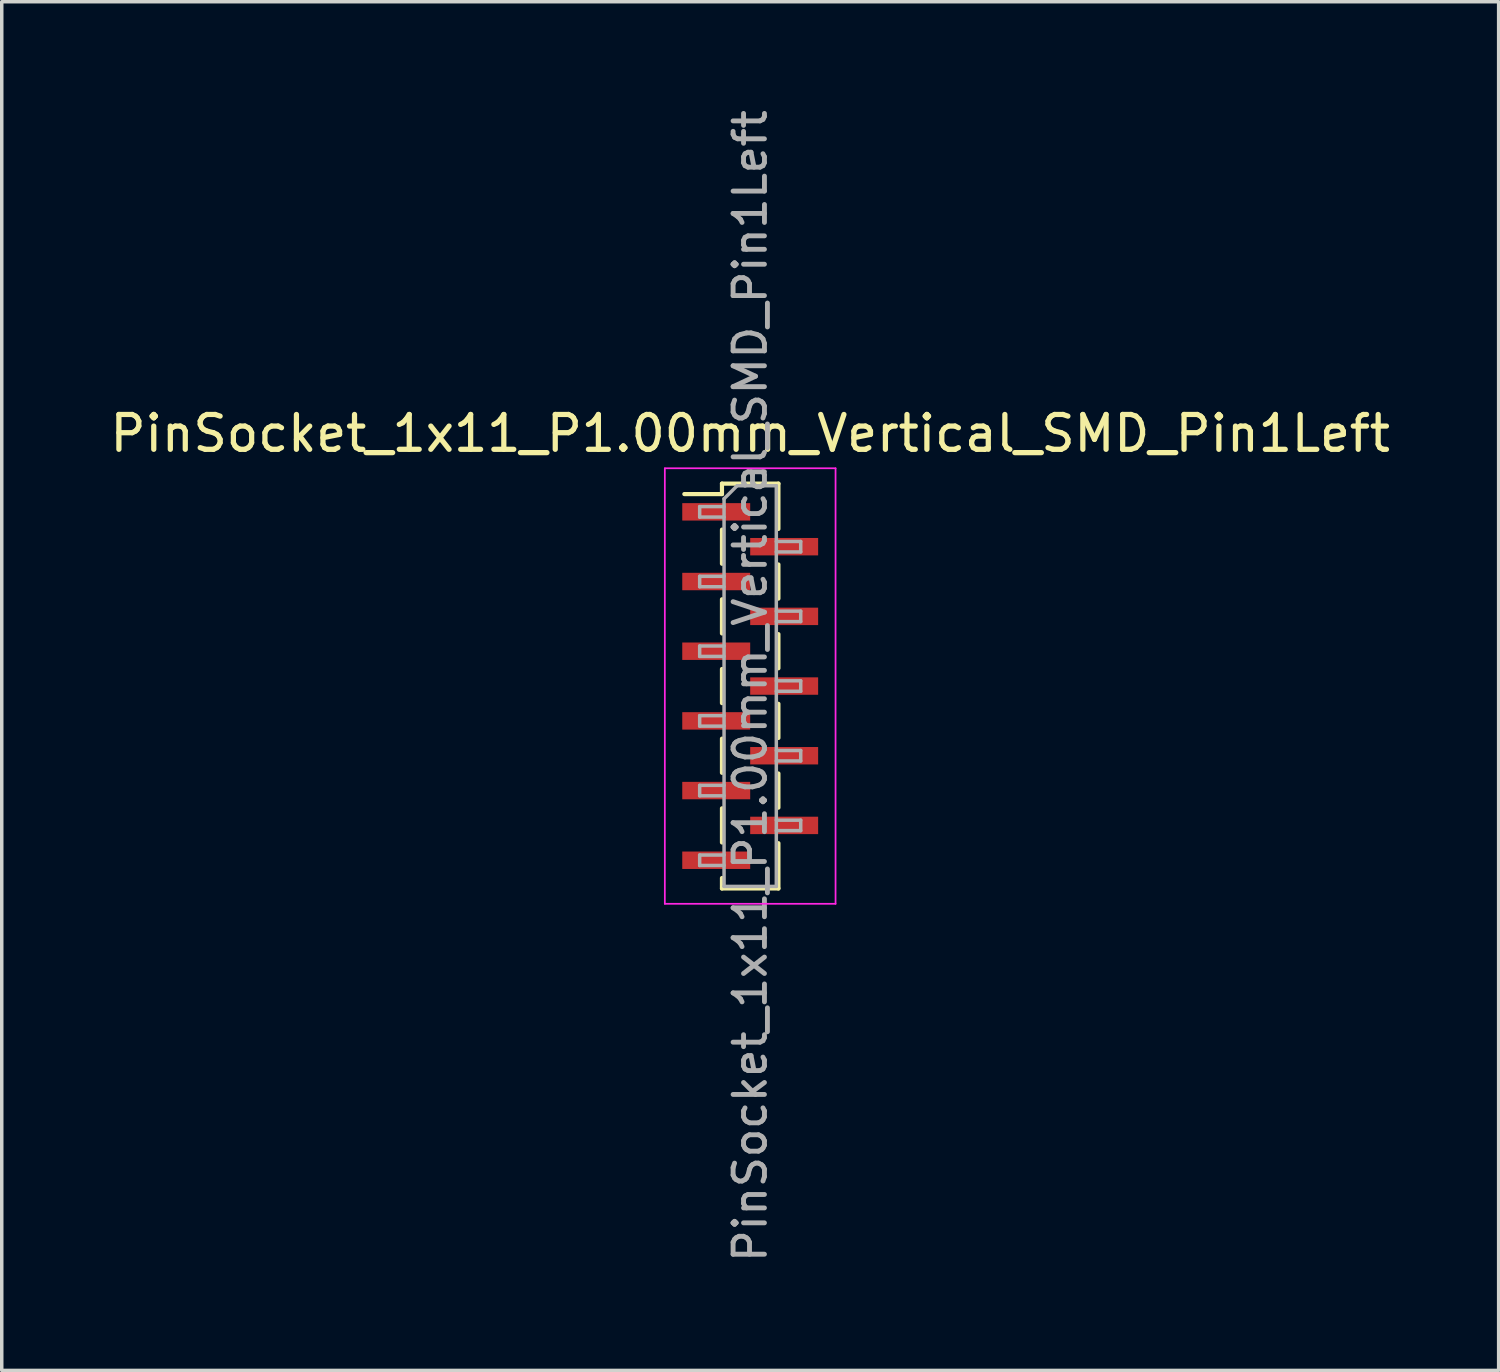
<source format=kicad_pcb>
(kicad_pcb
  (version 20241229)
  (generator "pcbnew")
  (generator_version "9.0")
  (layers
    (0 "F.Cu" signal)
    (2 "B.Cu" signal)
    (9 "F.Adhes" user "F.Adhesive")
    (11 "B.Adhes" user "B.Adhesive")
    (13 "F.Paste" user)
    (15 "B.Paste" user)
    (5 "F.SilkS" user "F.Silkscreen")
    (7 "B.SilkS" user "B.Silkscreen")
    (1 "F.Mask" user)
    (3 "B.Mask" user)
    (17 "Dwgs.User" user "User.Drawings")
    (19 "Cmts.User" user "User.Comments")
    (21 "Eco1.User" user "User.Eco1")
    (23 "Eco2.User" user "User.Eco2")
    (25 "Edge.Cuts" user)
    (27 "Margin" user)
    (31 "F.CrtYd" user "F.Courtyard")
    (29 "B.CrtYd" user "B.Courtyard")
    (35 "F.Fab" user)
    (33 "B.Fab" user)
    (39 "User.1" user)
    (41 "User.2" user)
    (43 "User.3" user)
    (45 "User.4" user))
  (footprint "PinSocket_1x11_P1.00mm_Vertical_SMD_Pin1Left"
    (layer "F.Cu")
    (at 18.482 16.641)
    (property "Reference" "PinSocket_1x11_P1.00mm_Vertical_SMD_Pin1Left" (at 0 -7.25 0) (layer "F.SilkS") (effects (font (size 1 1) (thickness 0.15))))
    (attr smd)
    (fp_line (start -1.89 -5.51) (end -0.81 -5.51) (stroke (width 0.12) (type solid)) (layer "F.SilkS"))
    (fp_line (start -0.81 -5.81) (end -0.81 -5.51) (stroke (width 0.12) (type solid)) (layer "F.SilkS"))
    (fp_line (start -0.81 -5.81) (end 0.81 -5.81) (stroke (width 0.12) (type solid)) (layer "F.SilkS"))
    (fp_line (start -0.81 -4.49) (end -0.81 -3.51) (stroke (width 0.12) (type solid)) (layer "F.SilkS"))
    (fp_line (start -0.81 -2.49) (end -0.81 -1.51) (stroke (width 0.12) (type solid)) (layer "F.SilkS"))
    (fp_line (start -0.81 -0.49) (end -0.81 0.49) (stroke (width 0.12) (type solid)) (layer "F.SilkS"))
    (fp_line (start -0.81 1.51) (end -0.81 2.49) (stroke (width 0.12) (type solid)) (layer "F.SilkS"))
    (fp_line (start -0.81 3.51) (end -0.81 4.49) (stroke (width 0.12) (type solid)) (layer "F.SilkS"))
    (fp_line (start -0.81 5.51) (end -0.81 5.81) (stroke (width 0.12) (type solid)) (layer "F.SilkS"))
    (fp_line (start -0.81 5.81) (end 0.81 5.81) (stroke (width 0.12) (type solid)) (layer "F.SilkS"))
    (fp_line (start 0.81 -5.81) (end 0.81 -4.51) (stroke (width 0.12) (type solid)) (layer "F.SilkS"))
    (fp_line (start 0.81 -3.49) (end 0.81 -2.51) (stroke (width 0.12) (type solid)) (layer "F.SilkS"))
    (fp_line (start 0.81 -1.49) (end 0.81 -0.51) (stroke (width 0.12) (type solid)) (layer "F.SilkS"))
    (fp_line (start 0.81 0.51) (end 0.81 1.49) (stroke (width 0.12) (type solid)) (layer "F.SilkS"))
    (fp_line (start 0.81 2.51) (end 0.81 3.49) (stroke (width 0.12) (type solid)) (layer "F.SilkS"))
    (fp_line (start 0.81 4.51) (end 0.81 5.81) (stroke (width 0.12) (type solid)) (layer "F.SilkS"))
    (fp_line (start -2.45 -6.25) (end 2.45 -6.25) (stroke (width 0.05) (type solid)) (layer "F.CrtYd"))
    (fp_line (start -2.45 6.25) (end -2.45 -6.25) (stroke (width 0.05) (type solid)) (layer "F.CrtYd"))
    (fp_line (start 2.45 -6.25) (end 2.45 6.25) (stroke (width 0.05) (type solid)) (layer "F.CrtYd"))
    (fp_line (start 2.45 6.25) (end -2.45 6.25) (stroke (width 0.05) (type solid)) (layer "F.CrtYd"))
    (fp_line (start -1.45 -5.15) (end -0.75 -5.15) (stroke (width 0.1) (type solid)) (layer "F.Fab"))
    (fp_line (start -1.45 -4.85) (end -1.45 -5.15) (stroke (width 0.1) (type solid)) (layer "F.Fab"))
    (fp_line (start -1.45 -3.15) (end -0.75 -3.15) (stroke (width 0.1) (type solid)) (layer "F.Fab"))
    (fp_line (start -1.45 -2.85) (end -1.45 -3.15) (stroke (width 0.1) (type solid)) (layer "F.Fab"))
    (fp_line (start -1.45 -1.15) (end -0.75 -1.15) (stroke (width 0.1) (type solid)) (layer "F.Fab"))
    (fp_line (start -1.45 -0.85) (end -1.45 -1.15) (stroke (width 0.1) (type solid)) (layer "F.Fab"))
    (fp_line (start -1.45 0.85) (end -0.75 0.85) (stroke (width 0.1) (type solid)) (layer "F.Fab"))
    (fp_line (start -1.45 1.15) (end -1.45 0.85) (stroke (width 0.1) (type solid)) (layer "F.Fab"))
    (fp_line (start -1.45 2.85) (end -0.75 2.85) (stroke (width 0.1) (type solid)) (layer "F.Fab"))
    (fp_line (start -1.45 3.15) (end -1.45 2.85) (stroke (width 0.1) (type solid)) (layer "F.Fab"))
    (fp_line (start -1.45 4.85) (end -0.75 4.85) (stroke (width 0.1) (type solid)) (layer "F.Fab"))
    (fp_line (start -1.45 5.15) (end -1.45 4.85) (stroke (width 0.1) (type solid)) (layer "F.Fab"))
    (fp_line (start -0.75 -5.375) (end -0.375 -5.75) (stroke (width 0.1) (type solid)) (layer "F.Fab"))
    (fp_line (start -0.75 -4.85) (end -1.45 -4.85) (stroke (width 0.1) (type solid)) (layer "F.Fab"))
    (fp_line (start -0.75 -2.85) (end -1.45 -2.85) (stroke (width 0.1) (type solid)) (layer "F.Fab"))
    (fp_line (start -0.75 -0.85) (end -1.45 -0.85) (stroke (width 0.1) (type solid)) (layer "F.Fab"))
    (fp_line (start -0.75 1.15) (end -1.45 1.15) (stroke (width 0.1) (type solid)) (layer "F.Fab"))
    (fp_line (start -0.75 3.15) (end -1.45 3.15) (stroke (width 0.1) (type solid)) (layer "F.Fab"))
    (fp_line (start -0.75 5.15) (end -1.45 5.15) (stroke (width 0.1) (type solid)) (layer "F.Fab"))
    (fp_line (start -0.75 5.75) (end -0.75 -5.375) (stroke (width 0.1) (type solid)) (layer "F.Fab"))
    (fp_line (start -0.375 -5.75) (end 0.75 -5.75) (stroke (width 0.1) (type solid)) (layer "F.Fab"))
    (fp_line (start 0.75 -5.75) (end 0.75 5.75) (stroke (width 0.1) (type solid)) (layer "F.Fab"))
    (fp_line (start 0.75 -4.15) (end 1.45 -4.15) (stroke (width 0.1) (type solid)) (layer "F.Fab"))
    (fp_line (start 0.75 -2.15) (end 1.45 -2.15) (stroke (width 0.1) (type solid)) (layer "F.Fab"))
    (fp_line (start 0.75 -0.15) (end 1.45 -0.15) (stroke (width 0.1) (type solid)) (layer "F.Fab"))
    (fp_line (start 0.75 1.85) (end 1.45 1.85) (stroke (width 0.1) (type solid)) (layer "F.Fab"))
    (fp_line (start 0.75 3.85) (end 1.45 3.85) (stroke (width 0.1) (type solid)) (layer "F.Fab"))
    (fp_line (start 0.75 5.75) (end -0.75 5.75) (stroke (width 0.1) (type solid)) (layer "F.Fab"))
    (fp_line (start 1.45 -4.15) (end 1.45 -3.85) (stroke (width 0.1) (type solid)) (layer "F.Fab"))
    (fp_line (start 1.45 -3.85) (end 0.75 -3.85) (stroke (width 0.1) (type solid)) (layer "F.Fab"))
    (fp_line (start 1.45 -2.15) (end 1.45 -1.85) (stroke (width 0.1) (type solid)) (layer "F.Fab"))
    (fp_line (start 1.45 -1.85) (end 0.75 -1.85) (stroke (width 0.1) (type solid)) (layer "F.Fab"))
    (fp_line (start 1.45 -0.15) (end 1.45 0.15) (stroke (width 0.1) (type solid)) (layer "F.Fab"))
    (fp_line (start 1.45 0.15) (end 0.75 0.15) (stroke (width 0.1) (type solid)) (layer "F.Fab"))
    (fp_line (start 1.45 1.85) (end 1.45 2.15) (stroke (width 0.1) (type solid)) (layer "F.Fab"))
    (fp_line (start 1.45 2.15) (end 0.75 2.15) (stroke (width 0.1) (type solid)) (layer "F.Fab"))
    (fp_line (start 1.45 3.85) (end 1.45 4.15) (stroke (width 0.1) (type solid)) (layer "F.Fab"))
    (fp_line (start 1.45 4.15) (end 0.75 4.15) (stroke (width 0.1) (type solid)) (layer "F.Fab"))
    (fp_text user "${REFERENCE}" (at 0 0 90) (layer "F.Fab") (effects (font (size 0.9 0.9) (thickness 0.14))))
    (pad "1" smd rect (at -0.975 -5) (size 1.95 0.5) (layers "F.Cu" "F.Mask" "F.Paste"))
    (pad "2" smd rect (at 0.975 -4) (size 1.95 0.5) (layers "F.Cu" "F.Mask" "F.Paste"))
    (pad "3" smd rect (at -0.975 -3) (size 1.95 0.5) (layers "F.Cu" "F.Mask" "F.Paste"))
    (pad "4" smd rect (at 0.975 -2) (size 1.95 0.5) (layers "F.Cu" "F.Mask" "F.Paste"))
    (pad "5" smd rect (at -0.975 -1) (size 1.95 0.5) (layers "F.Cu" "F.Mask" "F.Paste"))
    (pad "6" smd rect (at 0.975 0) (size 1.95 0.5) (layers "F.Cu" "F.Mask" "F.Paste"))
    (pad "7" smd rect (at -0.975 1) (size 1.95 0.5) (layers "F.Cu" "F.Mask" "F.Paste"))
    (pad "8" smd rect (at 0.975 2) (size 1.95 0.5) (layers "F.Cu" "F.Mask" "F.Paste"))
    (pad "9" smd rect (at -0.975 3) (size 1.95 0.5) (layers "F.Cu" "F.Mask" "F.Paste"))
    (pad "10" smd rect (at 0.975 4) (size 1.95 0.5) (layers "F.Cu" "F.Mask" "F.Paste"))
    (pad "11" smd rect (at -0.975 5) (size 1.95 0.5) (layers "F.Cu" "F.Mask" "F.Paste")))
  (gr_rect
    (start -3 -3)
    (end 39.964 36.283)
    (stroke (width 0.1) (type default))
    (fill no)
    (layer "Edge.Cuts")))
</source>
